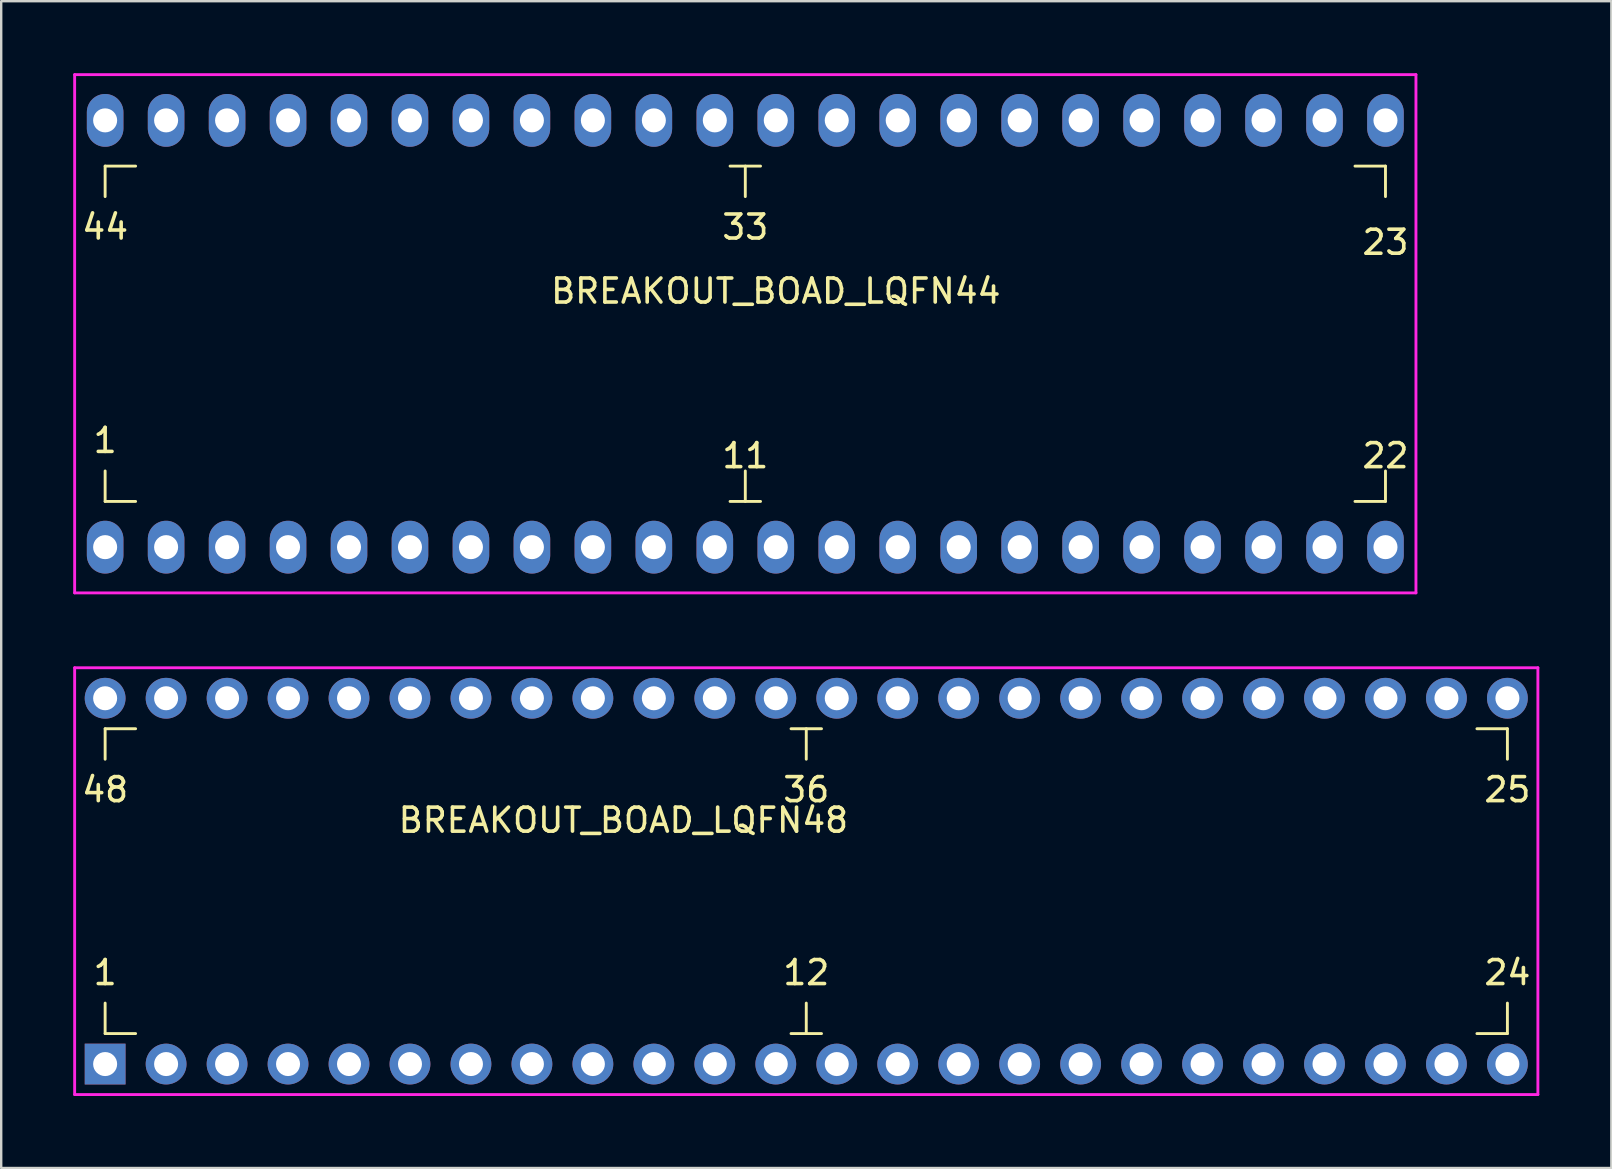
<source format=kicad_pcb>
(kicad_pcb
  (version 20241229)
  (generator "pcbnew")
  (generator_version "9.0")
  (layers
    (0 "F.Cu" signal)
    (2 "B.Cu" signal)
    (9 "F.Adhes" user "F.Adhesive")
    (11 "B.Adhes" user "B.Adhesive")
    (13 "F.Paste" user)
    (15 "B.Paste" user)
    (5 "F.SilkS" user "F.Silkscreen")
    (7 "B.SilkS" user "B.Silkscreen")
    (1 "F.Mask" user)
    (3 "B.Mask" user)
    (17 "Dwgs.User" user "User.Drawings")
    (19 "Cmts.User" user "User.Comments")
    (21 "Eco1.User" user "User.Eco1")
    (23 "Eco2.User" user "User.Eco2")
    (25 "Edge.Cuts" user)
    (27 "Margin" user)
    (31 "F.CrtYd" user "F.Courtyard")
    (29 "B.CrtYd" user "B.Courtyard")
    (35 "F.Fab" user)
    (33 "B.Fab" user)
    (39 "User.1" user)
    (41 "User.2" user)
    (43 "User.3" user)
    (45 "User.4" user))
  (footprint "BREAKOUT_BOAD_LQFN44"
    (layer "F.Cu")
    (at 28 10.855)
    (property "Reference" "BREAKOUT_BOAD_LQFN44" (at 1.27 -1.778 0) (layer "F.SilkS") (effects (font (size 1 1) (thickness 0.15))))
    (attr through_hole)
    (fp_line (start -26.67 -6.985) (end -26.67 -5.715) (stroke (width 0.12) (type solid)) (layer "F.SilkS"))
    (fp_line (start -26.67 6.985) (end -26.67 5.715) (stroke (width 0.12) (type solid)) (layer "F.SilkS"))
    (fp_line (start -25.4 -6.985) (end -26.67 -6.985) (stroke (width 0.12) (type solid)) (layer "F.SilkS"))
    (fp_line (start -25.4 6.985) (end -26.67 6.985) (stroke (width 0.12) (type solid)) (layer "F.SilkS"))
    (fp_line (start -0.635 -6.985) (end 0.635 -6.985) (stroke (width 0.12) (type solid)) (layer "F.SilkS"))
    (fp_line (start -0.635 6.985) (end 0.635 6.985) (stroke (width 0.12) (type solid)) (layer "F.SilkS"))
    (fp_line (start 0 -6.985) (end 0 -5.715) (stroke (width 0.12) (type solid)) (layer "F.SilkS"))
    (fp_line (start 0 6.985) (end 0 5.715) (stroke (width 0.12) (type solid)) (layer "F.SilkS"))
    (fp_line (start 26.67 -6.985) (end 25.4 -6.985) (stroke (width 0.12) (type solid)) (layer "F.SilkS"))
    (fp_line (start 26.67 -5.715) (end 26.67 -6.985) (stroke (width 0.12) (type solid)) (layer "F.SilkS"))
    (fp_line (start 26.67 5.715) (end 26.67 6.985) (stroke (width 0.12) (type solid)) (layer "F.SilkS"))
    (fp_line (start 26.67 6.985) (end 25.4 6.985) (stroke (width 0.12) (type solid)) (layer "F.SilkS"))
    (fp_line (start -27.94 -10.795) (end -27.94 10.795) (stroke (width 0.12) (type solid)) (layer "F.CrtYd"))
    (fp_line (start -27.94 10.795) (end 27.94 10.795) (stroke (width 0.12) (type solid)) (layer "F.CrtYd"))
    (fp_line (start 27.94 -10.795) (end -27.94 -10.795) (stroke (width 0.12) (type solid)) (layer "F.CrtYd"))
    (fp_line (start 27.94 10.795) (end 27.94 -10.795) (stroke (width 0.12) (type solid)) (layer "F.CrtYd"))
    (fp_text user "44" (at -26.67 -4.445 0) (layer "F.SilkS") (effects (font (size 1 1) (thickness 0.15))))
    (fp_text user "1" (at -26.67 4.445 0) (layer "F.SilkS") (effects (font (size 1 1) (thickness 0.15))))
    (fp_text user "23" (at 26.67 -3.81 0) (layer "F.SilkS") (effects (font (size 1 1) (thickness 0.15))))
    (fp_text user "11" (at 0 5.08 0) (layer "F.SilkS") (effects (font (size 1 1) (thickness 0.15))))
    (fp_text user "22" (at 26.67 5.08 0) (layer "F.SilkS") (effects (font (size 1 1) (thickness 0.15))))
    (fp_text user "33" (at 0 -4.445 0) (layer "F.SilkS") (effects (font (size 1 1) (thickness 0.15))))
    (pad "1" thru_hole oval (at -26.67 8.89) (size 1.524 2.2) (drill 1.001) (layers "*.Cu" "*.Mask"))
    (pad "2" thru_hole oval (at -24.13 8.89) (size 1.524 2.2) (drill 1.001) (layers "*.Cu" "*.Mask"))
    (pad "3" thru_hole oval (at -21.59 8.89) (size 1.524 2.2) (drill 1.001) (layers "*.Cu" "*.Mask"))
    (pad "4" thru_hole oval (at -19.05 8.89) (size 1.524 2.2) (drill 1.001) (layers "*.Cu" "*.Mask"))
    (pad "5" thru_hole oval (at -16.51 8.89) (size 1.524 2.2) (drill 1.001) (layers "*.Cu" "*.Mask"))
    (pad "6" thru_hole oval (at -13.97 8.89) (size 1.524 2.2) (drill 1.001) (layers "*.Cu" "*.Mask"))
    (pad "7" thru_hole oval (at -11.43 8.89) (size 1.524 2.2) (drill 1.001) (layers "*.Cu" "*.Mask"))
    (pad "8" thru_hole oval (at -8.89 8.89) (size 1.524 2.2) (drill 1.001) (layers "*.Cu" "*.Mask"))
    (pad "9" thru_hole oval (at -6.35 8.89) (size 1.524 2.2) (drill 1.001) (layers "*.Cu" "*.Mask"))
    (pad "10" thru_hole oval (at -3.81 8.89) (size 1.524 2.2) (drill 1.001) (layers "*.Cu" "*.Mask"))
    (pad "11" thru_hole oval (at -1.27 8.89) (size 1.524 2.2) (drill 1.001) (layers "*.Cu" "*.Mask"))
    (pad "12" thru_hole oval (at 1.27 8.89) (size 1.524 2.2) (drill 1.001) (layers "*.Cu" "*.Mask"))
    (pad "13" thru_hole oval (at 3.81 8.89) (size 1.524 2.2) (drill 1.001) (layers "*.Cu" "*.Mask"))
    (pad "14" thru_hole oval (at 6.35 8.89) (size 1.524 2.2) (drill 1.001) (layers "*.Cu" "*.Mask"))
    (pad "15" thru_hole oval (at 8.89 8.89) (size 1.524 2.2) (drill 1.001) (layers "*.Cu" "*.Mask"))
    (pad "16" thru_hole oval (at 11.43 8.89) (size 1.524 2.2) (drill 1.001) (layers "*.Cu" "*.Mask"))
    (pad "17" thru_hole oval (at 13.97 8.89) (size 1.524 2.2) (drill 1.001) (layers "*.Cu" "*.Mask"))
    (pad "18" thru_hole oval (at 16.51 8.89) (size 1.524 2.2) (drill 1.001) (layers "*.Cu" "*.Mask"))
    (pad "19" thru_hole oval (at 19.05 8.89) (size 1.524 2.2) (drill 1.001) (layers "*.Cu" "*.Mask"))
    (pad "20" thru_hole oval (at 21.59 8.89) (size 1.524 2.2) (drill 1.001) (layers "*.Cu" "*.Mask"))
    (pad "21" thru_hole oval (at 24.13 8.89) (size 1.524 2.2) (drill 1.001) (layers "*.Cu" "*.Mask"))
    (pad "22" thru_hole oval (at 26.67 8.89) (size 1.524 2.2) (drill 1.001) (layers "*.Cu" "*.Mask"))
    (pad "23" thru_hole oval (at 26.67 -8.89) (size 1.524 2.2) (drill 1.001) (layers "*.Cu" "*.Mask"))
    (pad "24" thru_hole oval (at 24.13 -8.89) (size 1.524 2.2) (drill 1.001) (layers "*.Cu" "*.Mask"))
    (pad "25" thru_hole oval (at 21.59 -8.89) (size 1.524 2.2) (drill 1.001) (layers "*.Cu" "*.Mask"))
    (pad "26" thru_hole oval (at 19.05 -8.89) (size 1.524 2.2) (drill 1.001) (layers "*.Cu" "*.Mask"))
    (pad "27" thru_hole oval (at 16.51 -8.89) (size 1.524 2.2) (drill 1.001) (layers "*.Cu" "*.Mask"))
    (pad "28" thru_hole oval (at 13.97 -8.89) (size 1.524 2.2) (drill 1.001) (layers "*.Cu" "*.Mask"))
    (pad "29" thru_hole oval (at 11.43 -8.89) (size 1.524 2.2) (drill 1.001) (layers "*.Cu" "*.Mask"))
    (pad "30" thru_hole oval (at 8.89 -8.89) (size 1.524 2.2) (drill 1.001) (layers "*.Cu" "*.Mask"))
    (pad "31" thru_hole oval (at 6.35 -8.89) (size 1.524 2.2) (drill 1.001) (layers "*.Cu" "*.Mask"))
    (pad "32" thru_hole oval (at 3.81 -8.89) (size 1.524 2.2) (drill 1.001) (layers "*.Cu" "*.Mask"))
    (pad "33" thru_hole oval (at 1.27 -8.89) (size 1.524 2.2) (drill 1.001) (layers "*.Cu" "*.Mask"))
    (pad "34" thru_hole oval (at -1.27 -8.89) (size 1.524 2.2) (drill 1.001) (layers "*.Cu" "*.Mask"))
    (pad "35" thru_hole oval (at -3.81 -8.89) (size 1.524 2.2) (drill 1.001) (layers "*.Cu" "*.Mask"))
    (pad "36" thru_hole oval (at -6.35 -8.89) (size 1.524 2.2) (drill 1.001) (layers "*.Cu" "*.Mask"))
    (pad "37" thru_hole oval (at -8.89 -8.89) (size 1.524 2.2) (drill 1.001) (layers "*.Cu" "*.Mask"))
    (pad "38" thru_hole oval (at -11.43 -8.89) (size 1.524 2.2) (drill 1.001) (layers "*.Cu" "*.Mask"))
    (pad "39" thru_hole oval (at -13.97 -8.89) (size 1.524 2.2) (drill 1.001) (layers "*.Cu" "*.Mask"))
    (pad "40" thru_hole oval (at -16.51 -8.89) (size 1.524 2.2) (drill 1.001) (layers "*.Cu" "*.Mask"))
    (pad "41" thru_hole oval (at -19.05 -8.89) (size 1.524 2.2) (drill 1.001) (layers "*.Cu" "*.Mask"))
    (pad "42" thru_hole oval (at -21.59 -8.89) (size 1.524 2.2) (drill 1.001) (layers "*.Cu" "*.Mask"))
    (pad "43" thru_hole oval (at -24.13 -8.89) (size 1.524 2.2) (drill 1.001) (layers "*.Cu" "*.Mask"))
    (pad "44" thru_hole oval (at -26.67 -8.89) (size 1.524 2.2) (drill 1.001) (layers "*.Cu" "*.Mask")))
  (footprint "BREAKOUT_BOAD_LQFN48"
    (layer "F.Cu")
    (at 30.54 33.66)
    (property "Reference" "BREAKOUT_BOAD_LQFN48" (at -7.62 -2.54 0) (layer "F.SilkS") (effects (font (size 1 1) (thickness 0.15))))
    (attr through_hole)
    (fp_line (start -29.21 -6.35) (end -27.94 -6.35) (stroke (width 0.12) (type solid)) (layer "F.SilkS"))
    (fp_line (start -29.21 -5.08) (end -29.21 -6.35) (stroke (width 0.12) (type solid)) (layer "F.SilkS"))
    (fp_line (start -29.21 5.08) (end -29.21 6.35) (stroke (width 0.12) (type solid)) (layer "F.SilkS"))
    (fp_line (start -29.21 6.35) (end -27.94 6.35) (stroke (width 0.12) (type solid)) (layer "F.SilkS"))
    (fp_line (start -0.635 -6.35) (end 0.635 -6.35) (stroke (width 0.12) (type solid)) (layer "F.SilkS"))
    (fp_line (start -0.635 6.35) (end 0.635 6.35) (stroke (width 0.12) (type solid)) (layer "F.SilkS"))
    (fp_line (start 0 -6.35) (end 0 -5.08) (stroke (width 0.12) (type solid)) (layer "F.SilkS"))
    (fp_line (start 0 6.35) (end 0 5.08) (stroke (width 0.12) (type solid)) (layer "F.SilkS"))
    (fp_line (start 27.94 -6.35) (end 29.21 -6.35) (stroke (width 0.12) (type solid)) (layer "F.SilkS"))
    (fp_line (start 29.21 -6.35) (end 29.21 -5.08) (stroke (width 0.12) (type solid)) (layer "F.SilkS"))
    (fp_line (start 29.21 5.08) (end 29.21 6.35) (stroke (width 0.12) (type solid)) (layer "F.SilkS"))
    (fp_line (start 29.21 6.35) (end 27.94 6.35) (stroke (width 0.12) (type solid)) (layer "F.SilkS"))
    (fp_line (start -30.48 -8.89) (end -30.48 8.89) (stroke (width 0.12) (type solid)) (layer "F.CrtYd"))
    (fp_line (start -30.48 8.89) (end 30.48 8.89) (stroke (width 0.12) (type solid)) (layer "F.CrtYd"))
    (fp_line (start 30.48 -8.89) (end -30.48 -8.89) (stroke (width 0.12) (type solid)) (layer "F.CrtYd"))
    (fp_line (start 30.48 8.89) (end 30.48 -8.89) (stroke (width 0.12) (type solid)) (layer "F.CrtYd"))
    (fp_text user "1" (at -29.21 3.81 0) (layer "F.SilkS") (effects (font (size 1 1) (thickness 0.15))))
    (fp_text user "24" (at 29.21 3.81 0) (layer "F.SilkS") (effects (font (size 1 1) (thickness 0.15))))
    (fp_text user "25" (at 29.21 -3.81 0) (layer "F.SilkS") (effects (font (size 1 1) (thickness 0.15))))
    (fp_text user "36" (at 0 -3.81 0) (layer "F.SilkS") (effects (font (size 1 1) (thickness 0.15))))
    (fp_text user "12" (at 0 3.81 0) (layer "F.SilkS") (effects (font (size 1 1) (thickness 0.15))))
    (fp_text user "48" (at -29.21 -3.81 0) (layer "F.SilkS") (effects (font (size 1 1) (thickness 0.15))))
    (pad "1" thru_hole rect (at -29.21 7.62) (size 1.7 1.7) (drill 1) (layers "*.Cu" "*.Mask"))
    (pad "2" thru_hole oval (at -26.67 7.62) (size 1.7 1.7) (drill 1) (layers "*.Cu" "*.Mask"))
    (pad "3" thru_hole oval (at -24.13 7.62) (size 1.7 1.7) (drill 1) (layers "*.Cu" "*.Mask"))
    (pad "4" thru_hole oval (at -21.59 7.62) (size 1.7 1.7) (drill 1) (layers "*.Cu" "*.Mask"))
    (pad "5" thru_hole oval (at -19.05 7.62) (size 1.7 1.7) (drill 1) (layers "*.Cu" "*.Mask"))
    (pad "6" thru_hole oval (at -16.51 7.62) (size 1.7 1.7) (drill 1) (layers "*.Cu" "*.Mask"))
    (pad "7" thru_hole oval (at -13.97 7.62) (size 1.7 1.7) (drill 1) (layers "*.Cu" "*.Mask"))
    (pad "8" thru_hole oval (at -11.43 7.62) (size 1.7 1.7) (drill 1) (layers "*.Cu" "*.Mask"))
    (pad "9" thru_hole oval (at -8.89 7.62) (size 1.7 1.7) (drill 1) (layers "*.Cu" "*.Mask"))
    (pad "10" thru_hole oval (at -6.35 7.62) (size 1.7 1.7) (drill 1) (layers "*.Cu" "*.Mask"))
    (pad "11" thru_hole oval (at -3.81 7.62) (size 1.7 1.7) (drill 1) (layers "*.Cu" "*.Mask"))
    (pad "12" thru_hole oval (at -1.27 7.62) (size 1.7 1.7) (drill 1) (layers "*.Cu" "*.Mask"))
    (pad "13" thru_hole oval (at 1.27 7.62) (size 1.7 1.7) (drill 1) (layers "*.Cu" "*.Mask"))
    (pad "14" thru_hole oval (at 3.81 7.62) (size 1.7 1.7) (drill 1) (layers "*.Cu" "*.Mask"))
    (pad "15" thru_hole oval (at 6.35 7.62) (size 1.7 1.7) (drill 1) (layers "*.Cu" "*.Mask"))
    (pad "16" thru_hole oval (at 8.89 7.62) (size 1.7 1.7) (drill 1) (layers "*.Cu" "*.Mask"))
    (pad "17" thru_hole oval (at 11.43 7.62) (size 1.7 1.7) (drill 1) (layers "*.Cu" "*.Mask"))
    (pad "18" thru_hole oval (at 13.97 7.62) (size 1.7 1.7) (drill 1) (layers "*.Cu" "*.Mask"))
    (pad "19" thru_hole oval (at 16.51 7.62) (size 1.7 1.7) (drill 1) (layers "*.Cu" "*.Mask"))
    (pad "20" thru_hole oval (at 19.05 7.62) (size 1.7 1.7) (drill 1) (layers "*.Cu" "*.Mask"))
    (pad "21" thru_hole oval (at 21.59 7.62) (size 1.7 1.7) (drill 1) (layers "*.Cu" "*.Mask"))
    (pad "22" thru_hole oval (at 24.13 7.62) (size 1.7 1.7) (drill 1) (layers "*.Cu" "*.Mask"))
    (pad "23" thru_hole oval (at 26.67 7.62) (size 1.7 1.7) (drill 1) (layers "*.Cu" "*.Mask"))
    (pad "24" thru_hole oval (at 29.21 7.62) (size 1.7 1.7) (drill 1) (layers "*.Cu" "*.Mask"))
    (pad "25" thru_hole oval (at 29.21 -7.62) (size 1.7 1.7) (drill 1) (layers "*.Cu" "*.Mask"))
    (pad "26" thru_hole oval (at 26.67 -7.62) (size 1.7 1.7) (drill 1) (layers "*.Cu" "*.Mask"))
    (pad "27" thru_hole oval (at 24.13 -7.62) (size 1.7 1.7) (drill 1) (layers "*.Cu" "*.Mask"))
    (pad "28" thru_hole oval (at 21.59 -7.62) (size 1.7 1.7) (drill 1) (layers "*.Cu" "*.Mask"))
    (pad "29" thru_hole oval (at 19.05 -7.62) (size 1.7 1.7) (drill 1) (layers "*.Cu" "*.Mask"))
    (pad "30" thru_hole oval (at 16.51 -7.62) (size 1.7 1.7) (drill 1) (layers "*.Cu" "*.Mask"))
    (pad "31" thru_hole oval (at 13.97 -7.62) (size 1.7 1.7) (drill 1) (layers "*.Cu" "*.Mask"))
    (pad "32" thru_hole oval (at 11.43 -7.62) (size 1.7 1.7) (drill 1) (layers "*.Cu" "*.Mask"))
    (pad "33" thru_hole oval (at 8.89 -7.62) (size 1.7 1.7) (drill 1) (layers "*.Cu" "*.Mask"))
    (pad "34" thru_hole oval (at 6.35 -7.62) (size 1.7 1.7) (drill 1) (layers "*.Cu" "*.Mask"))
    (pad "35" thru_hole oval (at 3.81 -7.62) (size 1.7 1.7) (drill 1) (layers "*.Cu" "*.Mask"))
    (pad "36" thru_hole oval (at 1.27 -7.62) (size 1.7 1.7) (drill 1) (layers "*.Cu" "*.Mask"))
    (pad "37" thru_hole oval (at -1.27 -7.62) (size 1.7 1.7) (drill 1) (layers "*.Cu" "*.Mask"))
    (pad "38" thru_hole oval (at -3.81 -7.62) (size 1.7 1.7) (drill 1) (layers "*.Cu" "*.Mask"))
    (pad "39" thru_hole oval (at -6.35 -7.62) (size 1.7 1.7) (drill 1) (layers "*.Cu" "*.Mask"))
    (pad "40" thru_hole oval (at -8.89 -7.62) (size 1.7 1.7) (drill 1) (layers "*.Cu" "*.Mask"))
    (pad "41" thru_hole oval (at -11.43 -7.62) (size 1.7 1.7) (drill 1) (layers "*.Cu" "*.Mask"))
    (pad "42" thru_hole oval (at -13.97 -7.62) (size 1.7 1.7) (drill 1) (layers "*.Cu" "*.Mask"))
    (pad "43" thru_hole oval (at -16.51 -7.62) (size 1.7 1.7) (drill 1) (layers "*.Cu" "*.Mask"))
    (pad "44" thru_hole oval (at -19.05 -7.62) (size 1.7 1.7) (drill 1) (layers "*.Cu" "*.Mask"))
    (pad "45" thru_hole oval (at -21.59 -7.62) (size 1.7 1.7) (drill 1) (layers "*.Cu" "*.Mask"))
    (pad "46" thru_hole oval (at -24.13 -7.62) (size 1.7 1.7) (drill 1) (layers "*.Cu" "*.Mask"))
    (pad "47" thru_hole oval (at -26.67 -7.62) (size 1.7 1.7) (drill 1) (layers "*.Cu" "*.Mask"))
    (pad "48" thru_hole oval (at -29.21 -7.62) (size 1.7 1.7) (drill 1) (layers "*.Cu" "*.Mask")))
  (gr_rect
    (start -3 -3)
    (end 64.08 45.61)
    (stroke (width 0.1) (type default))
    (fill no)
    (layer "Edge.Cuts")))
</source>
